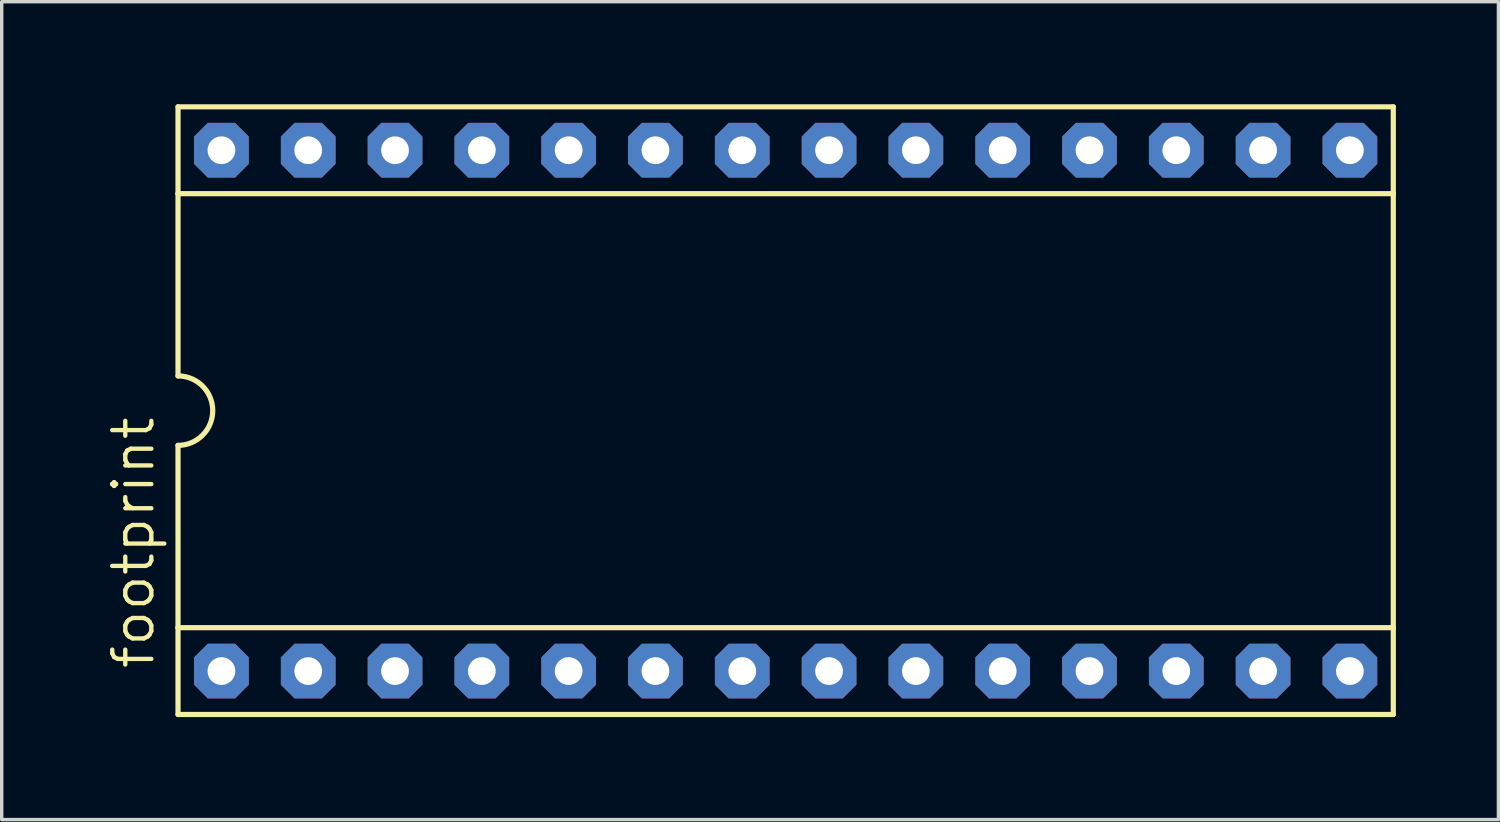
<source format=kicad_pcb>
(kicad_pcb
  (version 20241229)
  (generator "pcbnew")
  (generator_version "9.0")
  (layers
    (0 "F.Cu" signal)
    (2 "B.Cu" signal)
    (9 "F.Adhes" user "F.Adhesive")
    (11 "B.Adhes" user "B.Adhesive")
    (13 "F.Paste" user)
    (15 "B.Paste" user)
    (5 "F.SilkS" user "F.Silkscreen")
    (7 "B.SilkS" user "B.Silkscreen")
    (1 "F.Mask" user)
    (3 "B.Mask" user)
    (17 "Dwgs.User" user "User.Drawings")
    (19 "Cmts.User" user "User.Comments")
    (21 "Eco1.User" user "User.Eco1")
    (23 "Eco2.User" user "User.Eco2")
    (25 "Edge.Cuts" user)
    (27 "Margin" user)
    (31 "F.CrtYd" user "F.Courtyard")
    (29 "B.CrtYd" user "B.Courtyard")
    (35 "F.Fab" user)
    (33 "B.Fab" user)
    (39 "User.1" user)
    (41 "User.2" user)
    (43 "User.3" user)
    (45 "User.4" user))
  (footprint "footprint"
    (layer "F.Cu")
    (at 19.939 8.966)
    (property "Reference" "footprint" (at -18.415 7.62 90) (layer "F.SilkS") (effects (font (size 1.143 1.143) (thickness 0.127)) (justify left bottom)))
    (fp_line (start -17.78 -8.89) (end -17.78 -6.35) (stroke (width 0.152) (type solid)) (layer "F.SilkS"))
    (fp_line (start -17.78 -6.35) (end -17.78 -1.016) (stroke (width 0.152) (type solid)) (layer "F.SilkS"))
    (fp_line (start -17.78 -6.35) (end 17.78 -6.35) (stroke (width 0.152) (type solid)) (layer "F.SilkS"))
    (fp_line (start -17.78 6.35) (end -17.78 1.016) (stroke (width 0.152) (type solid)) (layer "F.SilkS"))
    (fp_line (start -17.78 6.35) (end 17.78 6.35) (stroke (width 0.152) (type solid)) (layer "F.SilkS"))
    (fp_line (start -17.78 8.89) (end -17.78 6.35) (stroke (width 0.152) (type solid)) (layer "F.SilkS"))
    (fp_line (start -17.78 8.89) (end 17.78 8.89) (stroke (width 0.152) (type solid)) (layer "F.SilkS"))
    (fp_line (start 17.78 -8.89) (end -17.78 -8.89) (stroke (width 0.152) (type solid)) (layer "F.SilkS"))
    (fp_line (start 17.78 -8.89) (end 17.78 -6.35) (stroke (width 0.152) (type solid)) (layer "F.SilkS"))
    (fp_line (start 17.78 -6.35) (end 17.78 6.35) (stroke (width 0.152) (type solid)) (layer "F.SilkS"))
    (fp_line (start 17.78 6.35) (end 17.78 8.89) (stroke (width 0.152) (type solid)) (layer "F.SilkS"))
    (fp_arc (start -17.78 -1.016) (mid -16.764 0) (end -17.78 1.016) (stroke (width 0.1524) (type solid)) (layer "F.SilkS"))
    (pad "1" thru_hole roundrect (at -16.51 7.62) (size 1.6 1.6) (drill 0.813) (layers "*.Cu" "*.Mask") (roundrect_rratio 0.25) (chamfer_ratio 0.25) (chamfer top_left top_right bottom_left bottom_right))
    (pad "2" thru_hole roundrect (at -13.97 7.62) (size 1.6 1.6) (drill 0.813) (layers "*.Cu" "*.Mask") (roundrect_rratio 0.25) (chamfer_ratio 0.25) (chamfer top_left top_right bottom_left bottom_right))
    (pad "3" thru_hole roundrect (at -11.43 7.62) (size 1.6 1.6) (drill 0.813) (layers "*.Cu" "*.Mask") (roundrect_rratio 0.25) (chamfer_ratio 0.25) (chamfer top_left top_right bottom_left bottom_right))
    (pad "4" thru_hole roundrect (at -8.89 7.62) (size 1.6 1.6) (drill 0.813) (layers "*.Cu" "*.Mask") (roundrect_rratio 0.25) (chamfer_ratio 0.25) (chamfer top_left top_right bottom_left bottom_right))
    (pad "5" thru_hole roundrect (at -6.35 7.62) (size 1.6 1.6) (drill 0.813) (layers "*.Cu" "*.Mask") (roundrect_rratio 0.25) (chamfer_ratio 0.25) (chamfer top_left top_right bottom_left bottom_right))
    (pad "6" thru_hole roundrect (at -3.81 7.62) (size 1.6 1.6) (drill 0.813) (layers "*.Cu" "*.Mask") (roundrect_rratio 0.25) (chamfer_ratio 0.25) (chamfer top_left top_right bottom_left bottom_right))
    (pad "7" thru_hole roundrect (at -1.27 7.62) (size 1.6 1.6) (drill 0.813) (layers "*.Cu" "*.Mask") (roundrect_rratio 0.25) (chamfer_ratio 0.25) (chamfer top_left top_right bottom_left bottom_right))
    (pad "8" thru_hole roundrect (at 1.27 7.62) (size 1.6 1.6) (drill 0.813) (layers "*.Cu" "*.Mask") (roundrect_rratio 0.25) (chamfer_ratio 0.25) (chamfer top_left top_right bottom_left bottom_right))
    (pad "9" thru_hole roundrect (at 3.81 7.62) (size 1.6 1.6) (drill 0.813) (layers "*.Cu" "*.Mask") (roundrect_rratio 0.25) (chamfer_ratio 0.25) (chamfer top_left top_right bottom_left bottom_right))
    (pad "10" thru_hole roundrect (at 6.35 7.62) (size 1.6 1.6) (drill 0.813) (layers "*.Cu" "*.Mask") (roundrect_rratio 0.25) (chamfer_ratio 0.25) (chamfer top_left top_right bottom_left bottom_right))
    (pad "11" thru_hole roundrect (at 8.89 7.62) (size 1.6 1.6) (drill 0.813) (layers "*.Cu" "*.Mask") (roundrect_rratio 0.25) (chamfer_ratio 0.25) (chamfer top_left top_right bottom_left bottom_right))
    (pad "12" thru_hole roundrect (at 11.43 7.62) (size 1.6 1.6) (drill 0.813) (layers "*.Cu" "*.Mask") (roundrect_rratio 0.25) (chamfer_ratio 0.25) (chamfer top_left top_right bottom_left bottom_right))
    (pad "13" thru_hole roundrect (at 13.97 7.62) (size 1.6 1.6) (drill 0.813) (layers "*.Cu" "*.Mask") (roundrect_rratio 0.25) (chamfer_ratio 0.25) (chamfer top_left top_right bottom_left bottom_right))
    (pad "14" thru_hole roundrect (at 16.51 7.62) (size 1.6 1.6) (drill 0.813) (layers "*.Cu" "*.Mask") (roundrect_rratio 0.25) (chamfer_ratio 0.25) (chamfer top_left top_right bottom_left bottom_right))
    (pad "15" thru_hole roundrect (at 16.51 -7.62) (size 1.6 1.6) (drill 0.813) (layers "*.Cu" "*.Mask") (roundrect_rratio 0.25) (chamfer_ratio 0.25) (chamfer top_left top_right bottom_left bottom_right))
    (pad "16" thru_hole roundrect (at 13.97 -7.62) (size 1.6 1.6) (drill 0.813) (layers "*.Cu" "*.Mask") (roundrect_rratio 0.25) (chamfer_ratio 0.25) (chamfer top_left top_right bottom_left bottom_right))
    (pad "17" thru_hole roundrect (at 11.43 -7.62) (size 1.6 1.6) (drill 0.813) (layers "*.Cu" "*.Mask") (roundrect_rratio 0.25) (chamfer_ratio 0.25) (chamfer top_left top_right bottom_left bottom_right))
    (pad "18" thru_hole roundrect (at 8.89 -7.62) (size 1.6 1.6) (drill 0.813) (layers "*.Cu" "*.Mask") (roundrect_rratio 0.25) (chamfer_ratio 0.25) (chamfer top_left top_right bottom_left bottom_right))
    (pad "19" thru_hole roundrect (at 6.35 -7.62) (size 1.6 1.6) (drill 0.813) (layers "*.Cu" "*.Mask") (roundrect_rratio 0.25) (chamfer_ratio 0.25) (chamfer top_left top_right bottom_left bottom_right))
    (pad "20" thru_hole roundrect (at 3.81 -7.62) (size 1.6 1.6) (drill 0.813) (layers "*.Cu" "*.Mask") (roundrect_rratio 0.25) (chamfer_ratio 0.25) (chamfer top_left top_right bottom_left bottom_right))
    (pad "21" thru_hole roundrect (at 1.27 -7.62) (size 1.6 1.6) (drill 0.813) (layers "*.Cu" "*.Mask") (roundrect_rratio 0.25) (chamfer_ratio 0.25) (chamfer top_left top_right bottom_left bottom_right))
    (pad "22" thru_hole roundrect (at -1.27 -7.62) (size 1.6 1.6) (drill 0.813) (layers "*.Cu" "*.Mask") (roundrect_rratio 0.25) (chamfer_ratio 0.25) (chamfer top_left top_right bottom_left bottom_right))
    (pad "23" thru_hole roundrect (at -3.81 -7.62) (size 1.6 1.6) (drill 0.813) (layers "*.Cu" "*.Mask") (roundrect_rratio 0.25) (chamfer_ratio 0.25) (chamfer top_left top_right bottom_left bottom_right))
    (pad "24" thru_hole roundrect (at -6.35 -7.62) (size 1.6 1.6) (drill 0.813) (layers "*.Cu" "*.Mask") (roundrect_rratio 0.25) (chamfer_ratio 0.25) (chamfer top_left top_right bottom_left bottom_right))
    (pad "25" thru_hole roundrect (at -8.89 -7.62) (size 1.6 1.6) (drill 0.813) (layers "*.Cu" "*.Mask") (roundrect_rratio 0.25) (chamfer_ratio 0.25) (chamfer top_left top_right bottom_left bottom_right))
    (pad "26" thru_hole roundrect (at -11.43 -7.62) (size 1.6 1.6) (drill 0.813) (layers "*.Cu" "*.Mask") (roundrect_rratio 0.25) (chamfer_ratio 0.25) (chamfer top_left top_right bottom_left bottom_right))
    (pad "27" thru_hole roundrect (at -13.97 -7.62) (size 1.6 1.6) (drill 0.813) (layers "*.Cu" "*.Mask") (roundrect_rratio 0.25) (chamfer_ratio 0.25) (chamfer top_left top_right bottom_left bottom_right))
    (pad "28" thru_hole roundrect (at -16.51 -7.62) (size 1.6 1.6) (drill 0.813) (layers "*.Cu" "*.Mask") (roundrect_rratio 0.25) (chamfer_ratio 0.25) (chamfer top_left top_right bottom_left bottom_right)))
  (gr_rect
    (start -3 -3)
    (end 40.795 20.932)
    (stroke (width 0.1) (type default))
    (fill no)
    (layer "Edge.Cuts")))
</source>
